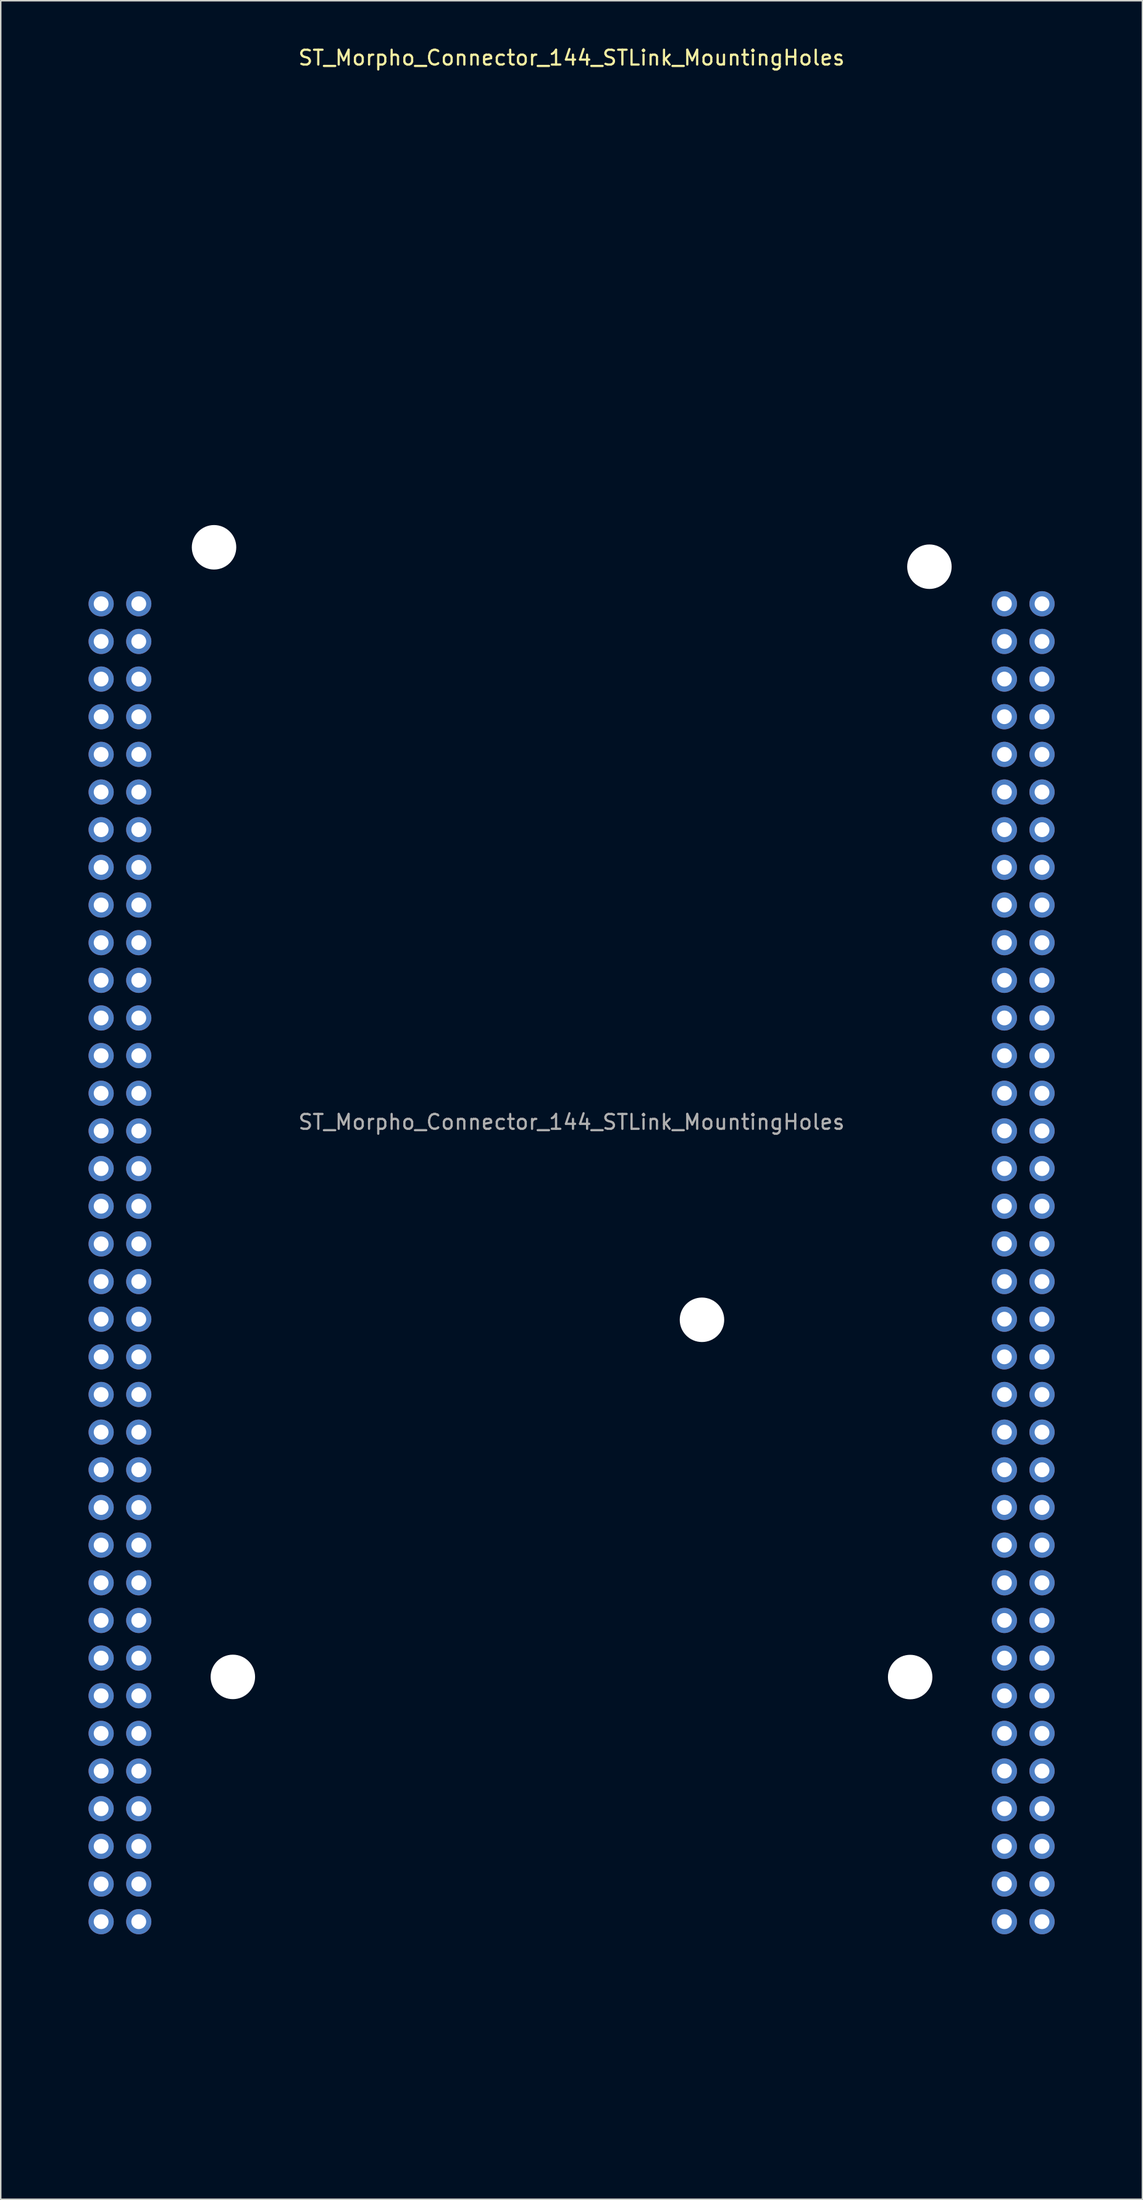
<source format=kicad_pcb>
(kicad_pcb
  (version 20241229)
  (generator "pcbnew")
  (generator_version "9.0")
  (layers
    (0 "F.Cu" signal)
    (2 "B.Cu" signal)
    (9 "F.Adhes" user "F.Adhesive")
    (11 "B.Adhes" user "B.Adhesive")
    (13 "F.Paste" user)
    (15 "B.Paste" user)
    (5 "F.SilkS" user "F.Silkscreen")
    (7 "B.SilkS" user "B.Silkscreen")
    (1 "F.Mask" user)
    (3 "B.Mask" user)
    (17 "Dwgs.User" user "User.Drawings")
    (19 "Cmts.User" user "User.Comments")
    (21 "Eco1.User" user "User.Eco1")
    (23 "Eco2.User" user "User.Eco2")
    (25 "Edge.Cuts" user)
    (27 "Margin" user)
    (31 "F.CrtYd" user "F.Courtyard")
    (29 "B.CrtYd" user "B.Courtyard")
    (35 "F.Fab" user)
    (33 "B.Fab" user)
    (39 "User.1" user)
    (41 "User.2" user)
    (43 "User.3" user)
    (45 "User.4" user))
  (footprint "ST_Morpho_Connector_144_STLink_MountingHoles"
    (layer "F.Cu")
    (at 3.775 37.678)
    (property "Reference" "ST_Morpho_Connector_144_STLink_MountingHoles" (at 31.75 -36.83 0) (layer "F.SilkS") (effects (font (size 1 1) (thickness 0.15))))
    (attr through_hole)
    (fp_line (start -3.75 -32.24) (end -3.75 102.16) (stroke (width 0.05) (type solid)) (layer "User.1"))
    (fp_line (start -3.75 102.16) (end 8.25 102.16) (stroke (width 0.05) (type solid)) (layer "User.1"))
    (fp_line (start 8.25 102.16) (end 8.25 103.67) (stroke (width 0.05) (type solid)) (layer "User.1"))
    (fp_line (start 8.25 103.67) (end 17.25 103.67) (stroke (width 0.05) (type solid)) (layer "User.1"))
    (fp_line (start 8.75 97.66) (end 16.75 97.66) (stroke (width 0.12) (type solid)) (layer "User.1"))
    (fp_line (start 8.75 103.16) (end 8.75 97.65) (stroke (width 0.12) (type solid)) (layer "User.1"))
    (fp_line (start 8.75 103.16) (end 16.75 103.16) (stroke (width 0.12) (type solid)) (layer "User.1"))
    (fp_line (start 16.75 97.66) (end 16.75 103.16) (stroke (width 0.12) (type solid)) (layer "User.1"))
    (fp_line (start 17.25 102.16) (end 17.25 103.67) (stroke (width 0.05) (type solid)) (layer "User.1"))
    (fp_line (start 17.25 102.16) (end 33.66 102.16) (stroke (width 0.05) (type solid)) (layer "User.1"))
    (fp_line (start 33.66 104.6) (end 33.66 102.16) (stroke (width 0.05) (type solid)) (layer "User.1"))
    (fp_line (start 33.66 104.6) (end 48.65 104.6) (stroke (width 0.05) (type solid)) (layer "User.1"))
    (fp_line (start 34.15 92.1) (end 48.15 92.1) (stroke (width 0.12) (type solid)) (layer "User.1"))
    (fp_line (start 34.15 104.1) (end 34.15 92.1) (stroke (width 0.12) (type solid)) (layer "User.1"))
    (fp_line (start 34.15 104.1) (end 48.15 104.1) (stroke (width 0.12) (type solid)) (layer "User.1"))
    (fp_line (start 41.25 -33.74) (end 50.25 -33.74) (stroke (width 0.05) (type solid)) (layer "User.1"))
    (fp_line (start 41.25 -32.24) (end -3.75 -32.24) (stroke (width 0.05) (type solid)) (layer "User.1"))
    (fp_line (start 41.25 -32.24) (end 41.25 -33.74) (stroke (width 0.05) (type solid)) (layer "User.1"))
    (fp_line (start 41.75 -33.24) (end 49.75 -33.24) (stroke (width 0.12) (type solid)) (layer "User.1"))
    (fp_line (start 41.75 -27.74) (end 41.75 -33.24) (stroke (width 0.12) (type solid)) (layer "User.1"))
    (fp_line (start 41.75 -27.74) (end 49.75 -27.74) (stroke (width 0.12) (type solid)) (layer "User.1"))
    (fp_line (start 48.15 104.1) (end 48.15 92.1) (stroke (width 0.12) (type solid)) (layer "User.1"))
    (fp_line (start 48.65 102.16) (end 48.65 104.6) (stroke (width 0.05) (type solid)) (layer "User.1"))
    (fp_line (start 49.75 -33.24) (end 49.75 -27.74) (stroke (width 0.12) (type solid)) (layer "User.1"))
    (fp_line (start 50.25 -32.24) (end 50.25 -33.74) (stroke (width 0.05) (type solid)) (layer "User.1"))
    (fp_line (start 50.25 -32.24) (end 67.25 -32.24) (stroke (width 0.05) (type solid)) (layer "User.1"))
    (fp_line (start 67.25 102.16) (end 48.65 102.16) (stroke (width 0.05) (type solid)) (layer "User.1"))
    (fp_line (start 67.25 102.16) (end 67.25 -32.24) (stroke (width 0.05) (type solid)) (layer "User.1"))
    (fp_text user "${REFERENCE}" (at 31.75 34.96 0) (layer "F.Fab") (effects (font (size 1 1) (thickness 0.15))))
    (pad "" np_thru_hole circle (at 7.62 -3.81) (size 3 3) (drill 3) (layers "*.Cu" "*.Mask"))
    (pad "" np_thru_hole circle (at 8.89 72.39) (size 3 3) (drill 3) (layers "*.Cu" "*.Mask"))
    (pad "" np_thru_hole circle (at 40.55 48.3) (size 3 3) (drill 3) (layers "*.Cu" "*.Mask"))
    (pad "" np_thru_hole circle (at 54.6 72.4) (size 3 3) (drill 3) (layers "*.Cu" "*.Mask"))
    (pad "" np_thru_hole circle (at 55.9 -2.5) (size 3 3) (drill 3) (layers "*.Cu" "*.Mask"))
    (pad "1" thru_hole circle (at 0 0) (size 1.7 1.7) (drill 1) (layers "*.Cu" "*.Mask"))
    (pad "2" thru_hole circle (at 2.54 0) (size 1.7 1.7) (drill 1) (layers "*.Cu" "*.Mask"))
    (pad "3" thru_hole circle (at 0 2.54) (size 1.7 1.7) (drill 1) (layers "*.Cu" "*.Mask"))
    (pad "4" thru_hole circle (at 2.54 2.54) (size 1.7 1.7) (drill 1) (layers "*.Cu" "*.Mask"))
    (pad "5" thru_hole circle (at 0 5.08) (size 1.7 1.7) (drill 1) (layers "*.Cu" "*.Mask"))
    (pad "6" thru_hole circle (at 2.54 5.08) (size 1.7 1.7) (drill 1) (layers "*.Cu" "*.Mask"))
    (pad "7" thru_hole circle (at 0 7.62) (size 1.7 1.7) (drill 1) (layers "*.Cu" "*.Mask"))
    (pad "8" thru_hole circle (at 2.54 7.62) (size 1.7 1.7) (drill 1) (layers "*.Cu" "*.Mask"))
    (pad "9" thru_hole circle (at 0 10.16) (size 1.7 1.7) (drill 1) (layers "*.Cu" "*.Mask"))
    (pad "10" thru_hole circle (at 2.54 10.16) (size 1.7 1.7) (drill 1) (layers "*.Cu" "*.Mask"))
    (pad "11" thru_hole circle (at 0 12.7) (size 1.7 1.7) (drill 1) (layers "*.Cu" "*.Mask"))
    (pad "12" thru_hole circle (at 2.54 12.7) (size 1.7 1.7) (drill 1) (layers "*.Cu" "*.Mask"))
    (pad "13" thru_hole circle (at 0 15.24) (size 1.7 1.7) (drill 1) (layers "*.Cu" "*.Mask"))
    (pad "14" thru_hole circle (at 2.54 15.24) (size 1.7 1.7) (drill 1) (layers "*.Cu" "*.Mask"))
    (pad "15" thru_hole circle (at 0 17.78) (size 1.7 1.7) (drill 1) (layers "*.Cu" "*.Mask"))
    (pad "16" thru_hole circle (at 2.54 17.78) (size 1.7 1.7) (drill 1) (layers "*.Cu" "*.Mask"))
    (pad "17" thru_hole circle (at 0 20.32) (size 1.7 1.7) (drill 1) (layers "*.Cu" "*.Mask"))
    (pad "18" thru_hole circle (at 2.54 20.32) (size 1.7 1.7) (drill 1) (layers "*.Cu" "*.Mask"))
    (pad "19" thru_hole circle (at 0 22.86) (size 1.7 1.7) (drill 1) (layers "*.Cu" "*.Mask"))
    (pad "20" thru_hole circle (at 2.54 22.86) (size 1.7 1.7) (drill 1) (layers "*.Cu" "*.Mask"))
    (pad "21" thru_hole circle (at 0 25.4) (size 1.7 1.7) (drill 1) (layers "*.Cu" "*.Mask"))
    (pad "22" thru_hole circle (at 2.54 25.4) (size 1.7 1.7) (drill 1) (layers "*.Cu" "*.Mask"))
    (pad "23" thru_hole circle (at 0 27.94) (size 1.7 1.7) (drill 1) (layers "*.Cu" "*.Mask"))
    (pad "24" thru_hole circle (at 2.54 27.94) (size 1.7 1.7) (drill 1) (layers "*.Cu" "*.Mask"))
    (pad "25" thru_hole circle (at 0 30.48) (size 1.7 1.7) (drill 1) (layers "*.Cu" "*.Mask"))
    (pad "26" thru_hole circle (at 2.54 30.48) (size 1.7 1.7) (drill 1) (layers "*.Cu" "*.Mask"))
    (pad "27" thru_hole circle (at 0 33.02) (size 1.7 1.7) (drill 1) (layers "*.Cu" "*.Mask"))
    (pad "28" thru_hole circle (at 2.54 33.02) (size 1.7 1.7) (drill 1) (layers "*.Cu" "*.Mask"))
    (pad "29" thru_hole circle (at 0 35.56) (size 1.7 1.7) (drill 1) (layers "*.Cu" "*.Mask"))
    (pad "30" thru_hole circle (at 2.54 35.56) (size 1.7 1.7) (drill 1) (layers "*.Cu" "*.Mask"))
    (pad "31" thru_hole circle (at 0 38.1) (size 1.7 1.7) (drill 1) (layers "*.Cu" "*.Mask"))
    (pad "32" thru_hole circle (at 2.54 38.1) (size 1.7 1.7) (drill 1) (layers "*.Cu" "*.Mask"))
    (pad "33" thru_hole circle (at 0 40.64) (size 1.7 1.7) (drill 1) (layers "*.Cu" "*.Mask"))
    (pad "34" thru_hole circle (at 2.54 40.64) (size 1.7 1.7) (drill 1) (layers "*.Cu" "*.Mask"))
    (pad "35" thru_hole circle (at 0 43.18) (size 1.7 1.7) (drill 1) (layers "*.Cu" "*.Mask"))
    (pad "36" thru_hole circle (at 2.54 43.18) (size 1.7 1.7) (drill 1) (layers "*.Cu" "*.Mask"))
    (pad "37" thru_hole circle (at 0 45.72) (size 1.7 1.7) (drill 1) (layers "*.Cu" "*.Mask"))
    (pad "38" thru_hole circle (at 2.54 45.72) (size 1.7 1.7) (drill 1) (layers "*.Cu" "*.Mask"))
    (pad "39" thru_hole circle (at 0 48.26) (size 1.7 1.7) (drill 1) (layers "*.Cu" "*.Mask"))
    (pad "40" thru_hole circle (at 2.54 48.26) (size 1.7 1.7) (drill 1) (layers "*.Cu" "*.Mask"))
    (pad "41" thru_hole circle (at 0 50.8) (size 1.7 1.7) (drill 1) (layers "*.Cu" "*.Mask"))
    (pad "42" thru_hole circle (at 2.54 50.8) (size 1.7 1.7) (drill 1) (layers "*.Cu" "*.Mask"))
    (pad "43" thru_hole circle (at 0 53.34) (size 1.7 1.7) (drill 1) (layers "*.Cu" "*.Mask"))
    (pad "44" thru_hole circle (at 2.54 53.34) (size 1.7 1.7) (drill 1) (layers "*.Cu" "*.Mask"))
    (pad "45" thru_hole circle (at 0 55.88) (size 1.7 1.7) (drill 1) (layers "*.Cu" "*.Mask"))
    (pad "46" thru_hole circle (at 2.54 55.88) (size 1.7 1.7) (drill 1) (layers "*.Cu" "*.Mask"))
    (pad "47" thru_hole circle (at 0 58.42) (size 1.7 1.7) (drill 1) (layers "*.Cu" "*.Mask"))
    (pad "48" thru_hole circle (at 2.54 58.42) (size 1.7 1.7) (drill 1) (layers "*.Cu" "*.Mask"))
    (pad "49" thru_hole circle (at 0 60.96) (size 1.7 1.7) (drill 1) (layers "*.Cu" "*.Mask"))
    (pad "50" thru_hole circle (at 2.54 60.96) (size 1.7 1.7) (drill 1) (layers "*.Cu" "*.Mask"))
    (pad "51" thru_hole circle (at 0 63.5) (size 1.7 1.7) (drill 1) (layers "*.Cu" "*.Mask"))
    (pad "52" thru_hole circle (at 2.54 63.5) (size 1.7 1.7) (drill 1) (layers "*.Cu" "*.Mask"))
    (pad "53" thru_hole circle (at 0 66.04) (size 1.7 1.7) (drill 1) (layers "*.Cu" "*.Mask"))
    (pad "54" thru_hole circle (at 2.54 66.04) (size 1.7 1.7) (drill 1) (layers "*.Cu" "*.Mask"))
    (pad "55" thru_hole circle (at 0 68.58) (size 1.7 1.7) (drill 1) (layers "*.Cu" "*.Mask"))
    (pad "56" thru_hole circle (at 2.54 68.58) (size 1.7 1.7) (drill 1) (layers "*.Cu" "*.Mask"))
    (pad "57" thru_hole circle (at 0 71.12) (size 1.7 1.7) (drill 1) (layers "*.Cu" "*.Mask"))
    (pad "58" thru_hole circle (at 2.54 71.12) (size 1.7 1.7) (drill 1) (layers "*.Cu" "*.Mask"))
    (pad "59" thru_hole circle (at 0 73.66) (size 1.7 1.7) (drill 1) (layers "*.Cu" "*.Mask"))
    (pad "60" thru_hole circle (at 2.54 73.66) (size 1.7 1.7) (drill 1) (layers "*.Cu" "*.Mask"))
    (pad "61" thru_hole circle (at 0 76.2) (size 1.7 1.7) (drill 1) (layers "*.Cu" "*.Mask"))
    (pad "62" thru_hole circle (at 2.54 76.2) (size 1.7 1.7) (drill 1) (layers "*.Cu" "*.Mask"))
    (pad "63" thru_hole circle (at 0 78.74) (size 1.7 1.7) (drill 1) (layers "*.Cu" "*.Mask"))
    (pad "64" thru_hole circle (at 2.54 78.74) (size 1.7 1.7) (drill 1) (layers "*.Cu" "*.Mask"))
    (pad "65" thru_hole circle (at 0 81.28) (size 1.7 1.7) (drill 1) (layers "*.Cu" "*.Mask"))
    (pad "66" thru_hole circle (at 2.54 81.28) (size 1.7 1.7) (drill 1) (layers "*.Cu" "*.Mask"))
    (pad "67" thru_hole circle (at 0 83.82) (size 1.7 1.7) (drill 1) (layers "*.Cu" "*.Mask"))
    (pad "68" thru_hole circle (at 2.54 83.82) (size 1.7 1.7) (drill 1) (layers "*.Cu" "*.Mask"))
    (pad "69" thru_hole circle (at 0 86.36) (size 1.7 1.7) (drill 1) (layers "*.Cu" "*.Mask"))
    (pad "70" thru_hole circle (at 2.54 86.36) (size 1.7 1.7) (drill 1) (layers "*.Cu" "*.Mask"))
    (pad "71" thru_hole circle (at 0 88.9) (size 1.7 1.7) (drill 1) (layers "*.Cu" "*.Mask"))
    (pad "72" thru_hole circle (at 2.54 88.9) (size 1.7 1.7) (drill 1) (layers "*.Cu" "*.Mask"))
    (pad "73" thru_hole circle (at 60.96 0) (size 1.7 1.7) (drill 1) (layers "*.Cu" "*.Mask"))
    (pad "74" thru_hole circle (at 63.5 0) (size 1.7 1.7) (drill 1) (layers "*.Cu" "*.Mask"))
    (pad "75" thru_hole circle (at 60.96 2.54) (size 1.7 1.7) (drill 1) (layers "*.Cu" "*.Mask"))
    (pad "76" thru_hole circle (at 63.5 2.54) (size 1.7 1.7) (drill 1) (layers "*.Cu" "*.Mask"))
    (pad "77" thru_hole circle (at 60.96 5.08) (size 1.7 1.7) (drill 1) (layers "*.Cu" "*.Mask"))
    (pad "78" thru_hole circle (at 63.5 5.08) (size 1.7 1.7) (drill 1) (layers "*.Cu" "*.Mask"))
    (pad "79" thru_hole circle (at 60.96 7.62) (size 1.7 1.7) (drill 1) (layers "*.Cu" "*.Mask"))
    (pad "80" thru_hole circle (at 63.5 7.62) (size 1.7 1.7) (drill 1) (layers "*.Cu" "*.Mask"))
    (pad "81" thru_hole circle (at 60.96 10.16) (size 1.7 1.7) (drill 1) (layers "*.Cu" "*.Mask"))
    (pad "82" thru_hole circle (at 63.5 10.16) (size 1.7 1.7) (drill 1) (layers "*.Cu" "*.Mask"))
    (pad "83" thru_hole circle (at 60.96 12.7) (size 1.7 1.7) (drill 1) (layers "*.Cu" "*.Mask"))
    (pad "84" thru_hole circle (at 63.5 12.7) (size 1.7 1.7) (drill 1) (layers "*.Cu" "*.Mask"))
    (pad "85" thru_hole circle (at 60.96 15.24) (size 1.7 1.7) (drill 1) (layers "*.Cu" "*.Mask"))
    (pad "86" thru_hole circle (at 63.5 15.24) (size 1.7 1.7) (drill 1) (layers "*.Cu" "*.Mask"))
    (pad "87" thru_hole circle (at 60.96 17.78) (size 1.7 1.7) (drill 1) (layers "*.Cu" "*.Mask"))
    (pad "88" thru_hole circle (at 63.5 17.78) (size 1.7 1.7) (drill 1) (layers "*.Cu" "*.Mask"))
    (pad "89" thru_hole circle (at 60.96 20.32) (size 1.7 1.7) (drill 1) (layers "*.Cu" "*.Mask"))
    (pad "90" thru_hole circle (at 63.5 20.32) (size 1.7 1.7) (drill 1) (layers "*.Cu" "*.Mask"))
    (pad "91" thru_hole circle (at 60.96 22.86) (size 1.7 1.7) (drill 1) (layers "*.Cu" "*.Mask"))
    (pad "92" thru_hole circle (at 63.5 22.86) (size 1.7 1.7) (drill 1) (layers "*.Cu" "*.Mask"))
    (pad "93" thru_hole circle (at 60.96 25.4) (size 1.7 1.7) (drill 1) (layers "*.Cu" "*.Mask"))
    (pad "94" thru_hole circle (at 63.5 25.4) (size 1.7 1.7) (drill 1) (layers "*.Cu" "*.Mask"))
    (pad "95" thru_hole circle (at 60.96 27.94) (size 1.7 1.7) (drill 1) (layers "*.Cu" "*.Mask"))
    (pad "96" thru_hole circle (at 63.5 27.94) (size 1.7 1.7) (drill 1) (layers "*.Cu" "*.Mask"))
    (pad "97" thru_hole circle (at 60.96 30.48) (size 1.7 1.7) (drill 1) (layers "*.Cu" "*.Mask"))
    (pad "98" thru_hole circle (at 63.5 30.48) (size 1.7 1.7) (drill 1) (layers "*.Cu" "*.Mask"))
    (pad "99" thru_hole circle (at 60.96 33.02) (size 1.7 1.7) (drill 1) (layers "*.Cu" "*.Mask"))
    (pad "100" thru_hole circle (at 63.5 33.02) (size 1.7 1.7) (drill 1) (layers "*.Cu" "*.Mask"))
    (pad "101" thru_hole circle (at 60.96 35.56) (size 1.7 1.7) (drill 1) (layers "*.Cu" "*.Mask"))
    (pad "102" thru_hole circle (at 63.5 35.56) (size 1.7 1.7) (drill 1) (layers "*.Cu" "*.Mask"))
    (pad "103" thru_hole circle (at 60.96 38.1) (size 1.7 1.7) (drill 1) (layers "*.Cu" "*.Mask"))
    (pad "104" thru_hole circle (at 63.5 38.1) (size 1.7 1.7) (drill 1) (layers "*.Cu" "*.Mask"))
    (pad "105" thru_hole circle (at 60.96 40.64) (size 1.7 1.7) (drill 1) (layers "*.Cu" "*.Mask"))
    (pad "106" thru_hole circle (at 63.5 40.64) (size 1.7 1.7) (drill 1) (layers "*.Cu" "*.Mask"))
    (pad "107" thru_hole circle (at 60.96 43.18) (size 1.7 1.7) (drill 1) (layers "*.Cu" "*.Mask"))
    (pad "108" thru_hole circle (at 63.5 43.18) (size 1.7 1.7) (drill 1) (layers "*.Cu" "*.Mask"))
    (pad "109" thru_hole circle (at 60.96 45.72) (size 1.7 1.7) (drill 1) (layers "*.Cu" "*.Mask"))
    (pad "110" thru_hole circle (at 63.5 45.72) (size 1.7 1.7) (drill 1) (layers "*.Cu" "*.Mask"))
    (pad "111" thru_hole circle (at 60.96 48.26) (size 1.7 1.7) (drill 1) (layers "*.Cu" "*.Mask"))
    (pad "112" thru_hole circle (at 63.5 48.26) (size 1.7 1.7) (drill 1) (layers "*.Cu" "*.Mask"))
    (pad "113" thru_hole circle (at 60.96 50.8) (size 1.7 1.7) (drill 1) (layers "*.Cu" "*.Mask"))
    (pad "114" thru_hole circle (at 63.5 50.8) (size 1.7 1.7) (drill 1) (layers "*.Cu" "*.Mask"))
    (pad "115" thru_hole circle (at 60.96 53.34) (size 1.7 1.7) (drill 1) (layers "*.Cu" "*.Mask"))
    (pad "116" thru_hole circle (at 63.5 53.34) (size 1.7 1.7) (drill 1) (layers "*.Cu" "*.Mask"))
    (pad "117" thru_hole circle (at 60.96 55.88) (size 1.7 1.7) (drill 1) (layers "*.Cu" "*.Mask"))
    (pad "118" thru_hole circle (at 63.5 55.88) (size 1.7 1.7) (drill 1) (layers "*.Cu" "*.Mask"))
    (pad "119" thru_hole circle (at 60.96 58.42) (size 1.7 1.7) (drill 1) (layers "*.Cu" "*.Mask"))
    (pad "120" thru_hole circle (at 63.5 58.42) (size 1.7 1.7) (drill 1) (layers "*.Cu" "*.Mask"))
    (pad "121" thru_hole circle (at 60.96 60.96) (size 1.7 1.7) (drill 1) (layers "*.Cu" "*.Mask"))
    (pad "122" thru_hole circle (at 63.5 60.96) (size 1.7 1.7) (drill 1) (layers "*.Cu" "*.Mask"))
    (pad "123" thru_hole circle (at 60.96 63.5) (size 1.7 1.7) (drill 1) (layers "*.Cu" "*.Mask"))
    (pad "124" thru_hole circle (at 63.5 63.5) (size 1.7 1.7) (drill 1) (layers "*.Cu" "*.Mask"))
    (pad "125" thru_hole circle (at 60.96 66.04) (size 1.7 1.7) (drill 1) (layers "*.Cu" "*.Mask"))
    (pad "126" thru_hole circle (at 63.5 66.04) (size 1.7 1.7) (drill 1) (layers "*.Cu" "*.Mask"))
    (pad "127" thru_hole circle (at 60.96 68.58) (size 1.7 1.7) (drill 1) (layers "*.Cu" "*.Mask"))
    (pad "128" thru_hole circle (at 63.5 68.58) (size 1.7 1.7) (drill 1) (layers "*.Cu" "*.Mask"))
    (pad "129" thru_hole circle (at 60.96 71.12) (size 1.7 1.7) (drill 1) (layers "*.Cu" "*.Mask"))
    (pad "130" thru_hole circle (at 63.5 71.12) (size 1.7 1.7) (drill 1) (layers "*.Cu" "*.Mask"))
    (pad "131" thru_hole circle (at 60.96 73.66) (size 1.7 1.7) (drill 1) (layers "*.Cu" "*.Mask"))
    (pad "132" thru_hole circle (at 63.5 73.66) (size 1.7 1.7) (drill 1) (layers "*.Cu" "*.Mask"))
    (pad "133" thru_hole circle (at 60.96 76.2) (size 1.7 1.7) (drill 1) (layers "*.Cu" "*.Mask"))
    (pad "134" thru_hole circle (at 63.5 76.2) (size 1.7 1.7) (drill 1) (layers "*.Cu" "*.Mask"))
    (pad "135" thru_hole circle (at 60.96 78.74) (size 1.7 1.7) (drill 1) (layers "*.Cu" "*.Mask"))
    (pad "136" thru_hole circle (at 63.5 78.74) (size 1.7 1.7) (drill 1) (layers "*.Cu" "*.Mask"))
    (pad "137" thru_hole circle (at 60.96 81.28) (size 1.7 1.7) (drill 1) (layers "*.Cu" "*.Mask"))
    (pad "138" thru_hole circle (at 63.5 81.28) (size 1.7 1.7) (drill 1) (layers "*.Cu" "*.Mask"))
    (pad "139" thru_hole circle (at 60.96 83.82) (size 1.7 1.7) (drill 1) (layers "*.Cu" "*.Mask"))
    (pad "140" thru_hole circle (at 63.5 83.82) (size 1.7 1.7) (drill 1) (layers "*.Cu" "*.Mask"))
    (pad "141" thru_hole circle (at 60.96 86.36) (size 1.7 1.7) (drill 1) (layers "*.Cu" "*.Mask"))
    (pad "142" thru_hole circle (at 63.5 86.36) (size 1.7 1.7) (drill 1) (layers "*.Cu" "*.Mask"))
    (pad "143" thru_hole circle (at 60.96 88.9) (size 1.7 1.7) (drill 1) (layers "*.Cu" "*.Mask"))
    (pad "144" thru_hole circle (at 63.5 88.9) (size 1.7 1.7) (drill 1) (layers "*.Cu" "*.Mask")))
  (gr_rect
    (start -3 -3)
    (end 74.05 145.303)
    (stroke (width 0.1) (type default))
    (fill no)
    (layer "Edge.Cuts")))
</source>
